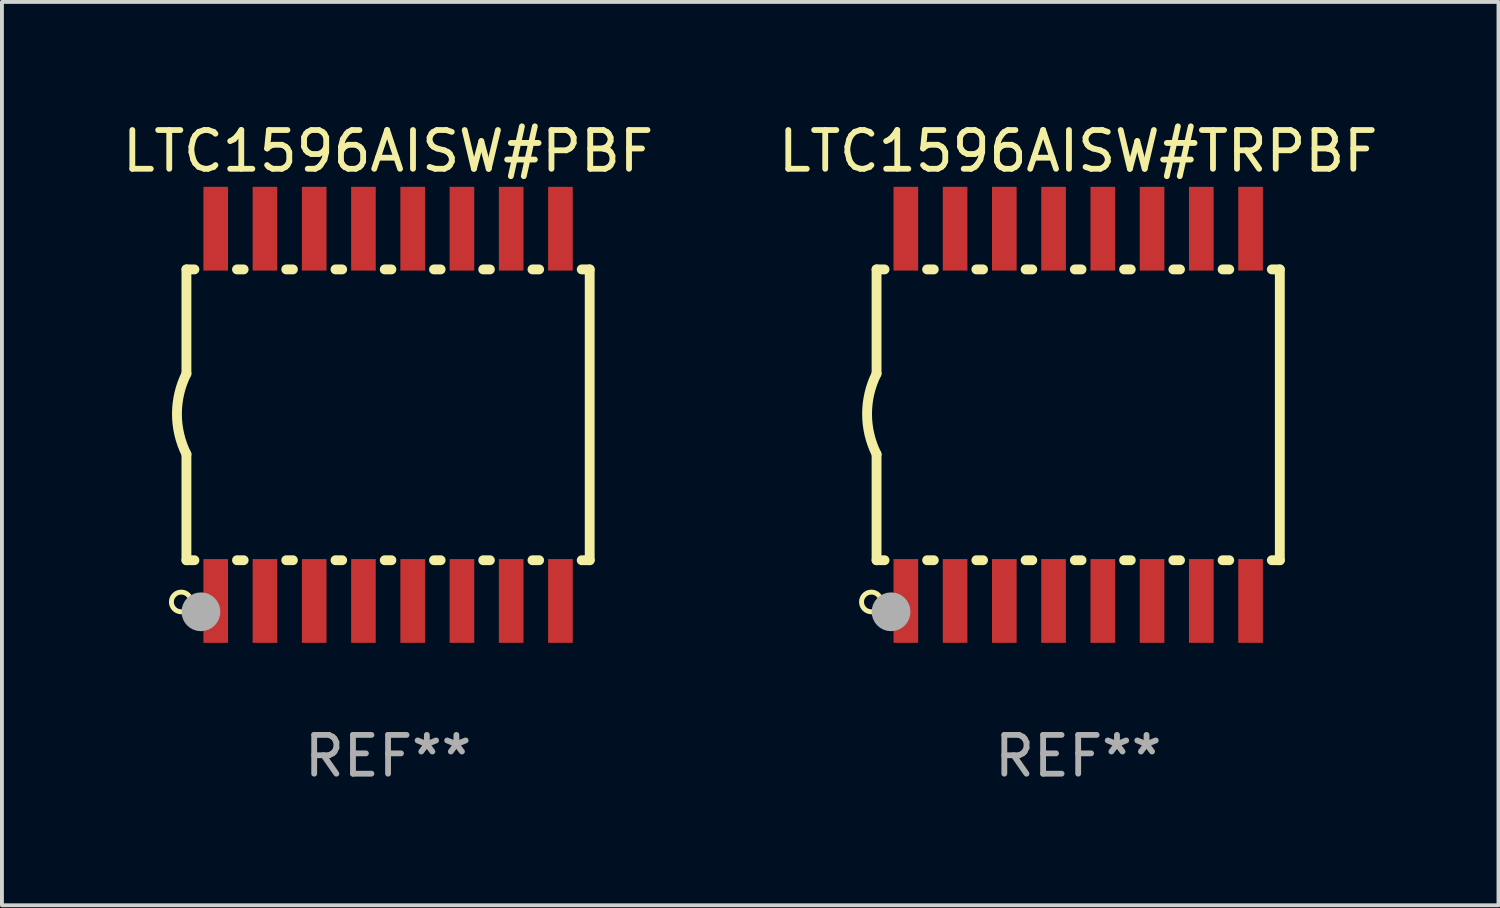
<source format=kicad_pcb>
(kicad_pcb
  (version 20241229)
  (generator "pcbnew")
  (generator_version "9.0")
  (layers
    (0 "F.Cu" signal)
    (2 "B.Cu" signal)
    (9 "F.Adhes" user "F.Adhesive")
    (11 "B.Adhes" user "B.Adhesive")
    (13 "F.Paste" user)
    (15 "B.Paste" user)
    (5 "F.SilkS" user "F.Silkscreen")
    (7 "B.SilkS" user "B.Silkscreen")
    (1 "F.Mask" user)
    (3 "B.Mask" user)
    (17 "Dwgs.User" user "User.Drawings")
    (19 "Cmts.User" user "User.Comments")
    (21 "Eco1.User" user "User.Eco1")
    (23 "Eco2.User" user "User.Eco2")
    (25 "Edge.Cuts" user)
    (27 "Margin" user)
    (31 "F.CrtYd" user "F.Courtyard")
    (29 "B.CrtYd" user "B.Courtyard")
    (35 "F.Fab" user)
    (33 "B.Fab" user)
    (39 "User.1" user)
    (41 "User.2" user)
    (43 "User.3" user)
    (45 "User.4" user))
  (footprint "LTC1596AISW#PBF"
    (layer "F.Cu")
    (at 6.958 7.648)
    (property "Reference" "LTC1596AISW#PBF" (at 0 -6.8 0) (layer "F.SilkS") (effects (font (size 1 1) (thickness 0.15))))
    (attr through_hole)
    (fp_line (start -5.2 -3.75) (end -5.2 -1.06) (stroke (width 0.254) (type solid)) (layer "F.SilkS"))
    (fp_line (start -5.2 -3.75) (end -4.994 -3.75) (stroke (width 0.254) (type solid)) (layer "F.SilkS"))
    (fp_line (start -5.2 3.75) (end -5.2 1.016) (stroke (width 0.254) (type solid)) (layer "F.SilkS"))
    (fp_line (start -5.2 3.75) (end -4.994 3.75) (stroke (width 0.254) (type solid)) (layer "F.SilkS"))
    (fp_line (start -3.896 -3.75) (end -3.724 -3.75) (stroke (width 0.254) (type solid)) (layer "F.SilkS"))
    (fp_line (start -3.896 3.75) (end -3.724 3.75) (stroke (width 0.254) (type solid)) (layer "F.SilkS"))
    (fp_line (start -2.626 -3.75) (end -2.454 -3.75) (stroke (width 0.254) (type solid)) (layer "F.SilkS"))
    (fp_line (start -2.626 3.75) (end -2.454 3.75) (stroke (width 0.254) (type solid)) (layer "F.SilkS"))
    (fp_line (start -1.356 -3.75) (end -1.184 -3.75) (stroke (width 0.254) (type solid)) (layer "F.SilkS"))
    (fp_line (start -1.356 3.75) (end -1.184 3.75) (stroke (width 0.254) (type solid)) (layer "F.SilkS"))
    (fp_line (start -0.086 -3.75) (end 0.086 -3.75) (stroke (width 0.254) (type solid)) (layer "F.SilkS"))
    (fp_line (start -0.086 3.75) (end 0.086 3.75) (stroke (width 0.254) (type solid)) (layer "F.SilkS"))
    (fp_line (start 1.184 -3.75) (end 1.356 -3.75) (stroke (width 0.254) (type solid)) (layer "F.SilkS"))
    (fp_line (start 1.184 3.75) (end 1.356 3.75) (stroke (width 0.254) (type solid)) (layer "F.SilkS"))
    (fp_line (start 2.454 -3.75) (end 2.626 -3.75) (stroke (width 0.254) (type solid)) (layer "F.SilkS"))
    (fp_line (start 2.454 3.75) (end 2.626 3.75) (stroke (width 0.254) (type solid)) (layer "F.SilkS"))
    (fp_line (start 3.724 -3.75) (end 3.896 -3.75) (stroke (width 0.254) (type solid)) (layer "F.SilkS"))
    (fp_line (start 3.724 3.75) (end 3.896 3.75) (stroke (width 0.254) (type solid)) (layer "F.SilkS"))
    (fp_line (start 4.994 -3.75) (end 5.2 -3.75) (stroke (width 0.254) (type solid)) (layer "F.SilkS"))
    (fp_line (start 4.994 3.75) (end 5.2 3.75) (stroke (width 0.254) (type solid)) (layer "F.SilkS"))
    (fp_line (start 5.2 3.75) (end 5.2 -3.75) (stroke (width 0.254) (type solid)) (layer "F.SilkS"))
    (fp_arc (start -5.199391 1.016002) (mid -5.444637 -0.021925) (end -5.2 -1.059995) (stroke (width 0.254001) (type solid)) (layer "F.SilkS"))
    (fp_circle (center -5.334 4.826) (end -5.08 4.826) (stroke (width 0.127) (type solid)) (fill no) (layer "F.SilkS"))
    (fp_circle (center -5.15 5.15) (end -5.12 5.15) (stroke (width 0.06) (type solid)) (fill no) (layer "F.SilkS"))
    (fp_circle (center -4.826 5.08) (end -4.576 5.08) (stroke (width 0.5) (type solid)) (fill no) (layer "F.Fab"))
    (fp_text user "REF**" (at 0 8.8 0) (layer "F.Fab") (effects (font (size 1 1) (thickness 0.15))))
    (pad "1" smd rect (at -4.445 4.8) (size 0.635 2.16) (layers "F.Cu" "F.Mask" "F.Paste"))
    (pad "2" smd rect (at -3.175 4.8) (size 0.635 2.16) (layers "F.Cu" "F.Mask" "F.Paste"))
    (pad "3" smd rect (at -1.905 4.8) (size 0.635 2.16) (layers "F.Cu" "F.Mask" "F.Paste"))
    (pad "4" smd rect (at -0.635 4.8) (size 0.635 2.16) (layers "F.Cu" "F.Mask" "F.Paste"))
    (pad "5" smd rect (at 0.635 4.8) (size 0.635 2.16) (layers "F.Cu" "F.Mask" "F.Paste"))
    (pad "6" smd rect (at 1.905 4.8) (size 0.635 2.16) (layers "F.Cu" "F.Mask" "F.Paste"))
    (pad "7" smd rect (at 3.175 4.8) (size 0.635 2.16) (layers "F.Cu" "F.Mask" "F.Paste"))
    (pad "8" smd rect (at 4.445 4.8) (size 0.635 2.16) (layers "F.Cu" "F.Mask" "F.Paste"))
    (pad "9" smd rect (at 4.445 -4.8) (size 0.635 2.16) (layers "F.Cu" "F.Mask" "F.Paste"))
    (pad "10" smd rect (at 3.175 -4.8) (size 0.635 2.16) (layers "F.Cu" "F.Mask" "F.Paste"))
    (pad "11" smd rect (at 1.905 -4.8) (size 0.635 2.16) (layers "F.Cu" "F.Mask" "F.Paste"))
    (pad "12" smd rect (at 0.635 -4.8) (size 0.635 2.16) (layers "F.Cu" "F.Mask" "F.Paste"))
    (pad "13" smd rect (at -0.635 -4.8) (size 0.635 2.16) (layers "F.Cu" "F.Mask" "F.Paste"))
    (pad "14" smd rect (at -1.905 -4.8) (size 0.635 2.16) (layers "F.Cu" "F.Mask" "F.Paste"))
    (pad "15" smd rect (at -3.175 -4.8) (size 0.635 2.16) (layers "F.Cu" "F.Mask" "F.Paste"))
    (pad "16" smd rect (at -4.445 -4.8) (size 0.635 2.16) (layers "F.Cu" "F.Mask" "F.Paste")))
  (footprint "LTC1596AISW#TRPBF"
    (layer "F.Cu")
    (at 24.756 7.648)
    (property "Reference" "LTC1596AISW#TRPBF" (at 0 -6.8 0) (layer "F.SilkS") (effects (font (size 1 1) (thickness 0.15))))
    (attr through_hole)
    (fp_line (start -5.2 -3.75) (end -5.2 -1.06) (stroke (width 0.254) (type solid)) (layer "F.SilkS"))
    (fp_line (start -5.2 -3.75) (end -4.994 -3.75) (stroke (width 0.254) (type solid)) (layer "F.SilkS"))
    (fp_line (start -5.2 3.75) (end -5.2 1.016) (stroke (width 0.254) (type solid)) (layer "F.SilkS"))
    (fp_line (start -5.2 3.75) (end -4.994 3.75) (stroke (width 0.254) (type solid)) (layer "F.SilkS"))
    (fp_line (start -3.896 -3.75) (end -3.724 -3.75) (stroke (width 0.254) (type solid)) (layer "F.SilkS"))
    (fp_line (start -3.896 3.75) (end -3.724 3.75) (stroke (width 0.254) (type solid)) (layer "F.SilkS"))
    (fp_line (start -2.626 -3.75) (end -2.454 -3.75) (stroke (width 0.254) (type solid)) (layer "F.SilkS"))
    (fp_line (start -2.626 3.75) (end -2.454 3.75) (stroke (width 0.254) (type solid)) (layer "F.SilkS"))
    (fp_line (start -1.356 -3.75) (end -1.184 -3.75) (stroke (width 0.254) (type solid)) (layer "F.SilkS"))
    (fp_line (start -1.356 3.75) (end -1.184 3.75) (stroke (width 0.254) (type solid)) (layer "F.SilkS"))
    (fp_line (start -0.086 -3.75) (end 0.086 -3.75) (stroke (width 0.254) (type solid)) (layer "F.SilkS"))
    (fp_line (start -0.086 3.75) (end 0.086 3.75) (stroke (width 0.254) (type solid)) (layer "F.SilkS"))
    (fp_line (start 1.184 -3.75) (end 1.356 -3.75) (stroke (width 0.254) (type solid)) (layer "F.SilkS"))
    (fp_line (start 1.184 3.75) (end 1.356 3.75) (stroke (width 0.254) (type solid)) (layer "F.SilkS"))
    (fp_line (start 2.454 -3.75) (end 2.626 -3.75) (stroke (width 0.254) (type solid)) (layer "F.SilkS"))
    (fp_line (start 2.454 3.75) (end 2.626 3.75) (stroke (width 0.254) (type solid)) (layer "F.SilkS"))
    (fp_line (start 3.724 -3.75) (end 3.896 -3.75) (stroke (width 0.254) (type solid)) (layer "F.SilkS"))
    (fp_line (start 3.724 3.75) (end 3.896 3.75) (stroke (width 0.254) (type solid)) (layer "F.SilkS"))
    (fp_line (start 4.994 -3.75) (end 5.2 -3.75) (stroke (width 0.254) (type solid)) (layer "F.SilkS"))
    (fp_line (start 4.994 3.75) (end 5.2 3.75) (stroke (width 0.254) (type solid)) (layer "F.SilkS"))
    (fp_line (start 5.2 3.75) (end 5.2 -3.75) (stroke (width 0.254) (type solid)) (layer "F.SilkS"))
    (fp_arc (start -5.199391 1.016002) (mid -5.444637 -0.021925) (end -5.2 -1.059995) (stroke (width 0.254001) (type solid)) (layer "F.SilkS"))
    (fp_circle (center -5.334 4.826) (end -5.08 4.826) (stroke (width 0.127) (type solid)) (fill no) (layer "F.SilkS"))
    (fp_circle (center -5.15 5.15) (end -5.12 5.15) (stroke (width 0.06) (type solid)) (fill no) (layer "F.SilkS"))
    (fp_circle (center -4.826 5.08) (end -4.576 5.08) (stroke (width 0.5) (type solid)) (fill no) (layer "F.Fab"))
    (fp_text user "REF**" (at 0 8.8 0) (layer "F.Fab") (effects (font (size 1 1) (thickness 0.15))))
    (pad "1" smd rect (at -4.445 4.8) (size 0.635 2.16) (layers "F.Cu" "F.Mask" "F.Paste"))
    (pad "2" smd rect (at -3.175 4.8) (size 0.635 2.16) (layers "F.Cu" "F.Mask" "F.Paste"))
    (pad "3" smd rect (at -1.905 4.8) (size 0.635 2.16) (layers "F.Cu" "F.Mask" "F.Paste"))
    (pad "4" smd rect (at -0.635 4.8) (size 0.635 2.16) (layers "F.Cu" "F.Mask" "F.Paste"))
    (pad "5" smd rect (at 0.635 4.8) (size 0.635 2.16) (layers "F.Cu" "F.Mask" "F.Paste"))
    (pad "6" smd rect (at 1.905 4.8) (size 0.635 2.16) (layers "F.Cu" "F.Mask" "F.Paste"))
    (pad "7" smd rect (at 3.175 4.8) (size 0.635 2.16) (layers "F.Cu" "F.Mask" "F.Paste"))
    (pad "8" smd rect (at 4.445 4.8) (size 0.635 2.16) (layers "F.Cu" "F.Mask" "F.Paste"))
    (pad "9" smd rect (at 4.445 -4.8) (size 0.635 2.16) (layers "F.Cu" "F.Mask" "F.Paste"))
    (pad "10" smd rect (at 3.175 -4.8) (size 0.635 2.16) (layers "F.Cu" "F.Mask" "F.Paste"))
    (pad "11" smd rect (at 1.905 -4.8) (size 0.635 2.16) (layers "F.Cu" "F.Mask" "F.Paste"))
    (pad "12" smd rect (at 0.635 -4.8) (size 0.635 2.16) (layers "F.Cu" "F.Mask" "F.Paste"))
    (pad "13" smd rect (at -0.635 -4.8) (size 0.635 2.16) (layers "F.Cu" "F.Mask" "F.Paste"))
    (pad "14" smd rect (at -1.905 -4.8) (size 0.635 2.16) (layers "F.Cu" "F.Mask" "F.Paste"))
    (pad "15" smd rect (at -3.175 -4.8) (size 0.635 2.16) (layers "F.Cu" "F.Mask" "F.Paste"))
    (pad "16" smd rect (at -4.445 -4.8) (size 0.635 2.16) (layers "F.Cu" "F.Mask" "F.Paste")))
  (gr_rect
    (start -3 -3)
    (end 35.595 20.297)
    (stroke (width 0.1) (type default))
    (fill no)
    (layer "Edge.Cuts")))
</source>
